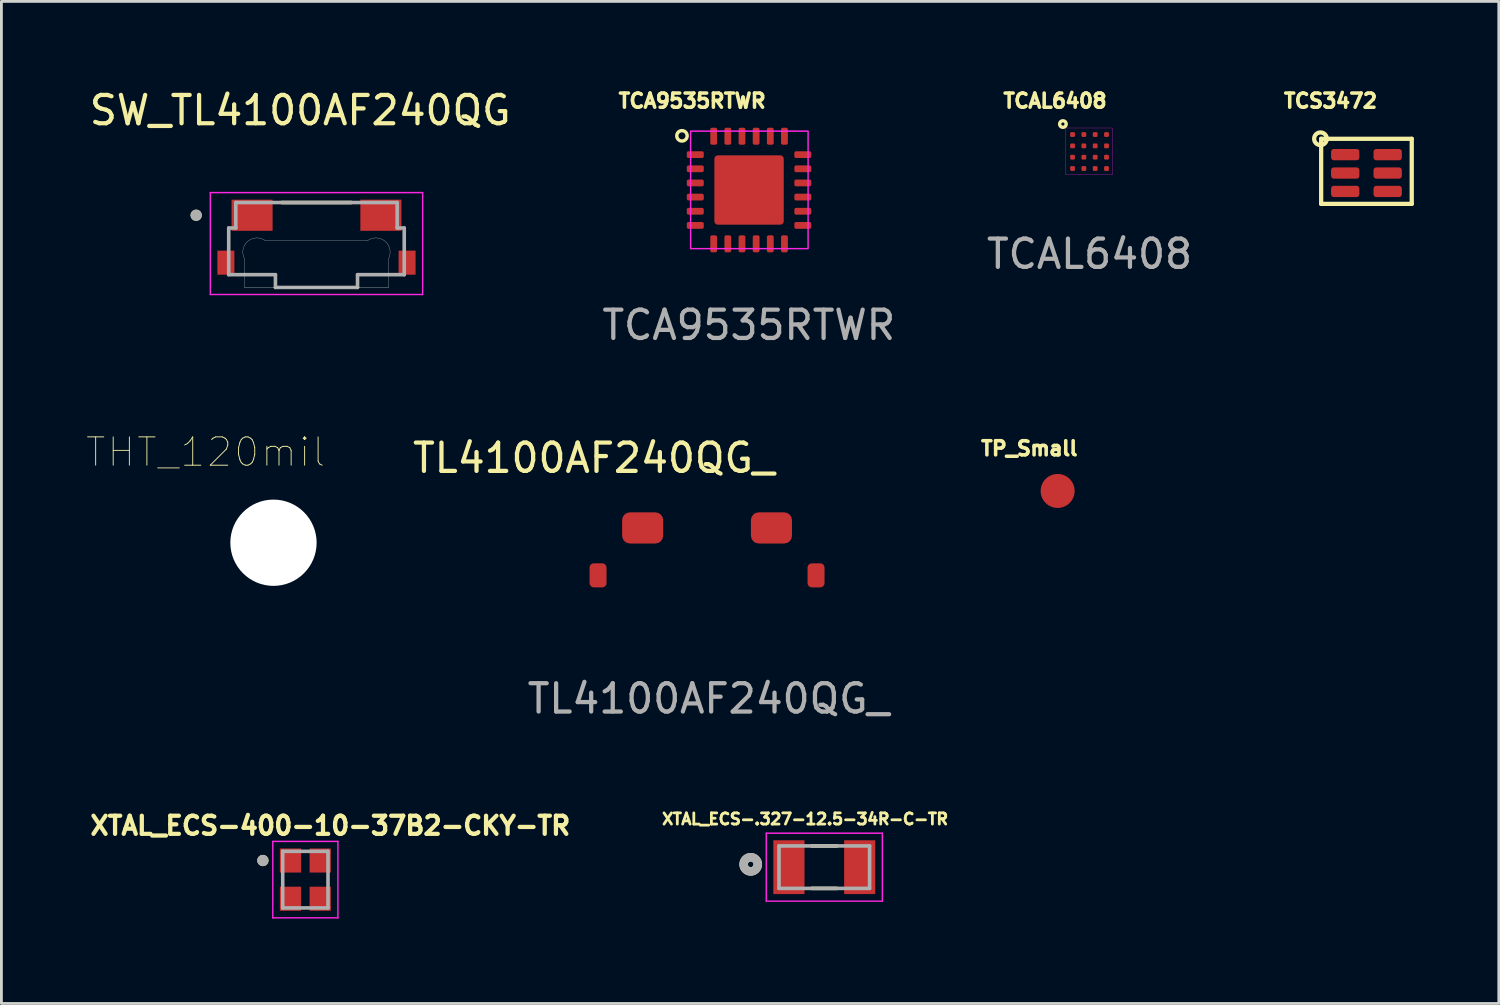
<source format=kicad_pcb>
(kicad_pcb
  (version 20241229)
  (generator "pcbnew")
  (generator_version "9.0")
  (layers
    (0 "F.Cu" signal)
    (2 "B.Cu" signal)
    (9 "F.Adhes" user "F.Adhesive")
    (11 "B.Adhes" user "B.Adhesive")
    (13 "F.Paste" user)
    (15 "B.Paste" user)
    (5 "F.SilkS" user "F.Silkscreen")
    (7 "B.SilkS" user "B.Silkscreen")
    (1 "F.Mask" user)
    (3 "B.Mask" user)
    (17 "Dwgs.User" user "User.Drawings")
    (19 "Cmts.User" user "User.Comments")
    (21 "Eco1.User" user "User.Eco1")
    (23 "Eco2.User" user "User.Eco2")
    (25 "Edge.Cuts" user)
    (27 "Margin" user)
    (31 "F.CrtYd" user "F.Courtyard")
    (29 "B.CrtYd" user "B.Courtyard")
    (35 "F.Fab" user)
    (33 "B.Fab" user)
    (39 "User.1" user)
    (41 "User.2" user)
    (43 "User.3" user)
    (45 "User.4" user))
  (footprint "TP_Small"
    (layer "F.Cu")
    (at 34.309 14.292)
    (property "Reference" "TP_Small" (at -1 -1.5 0) (layer "F.SilkS") (effects (font (size 0.5 0.5) (thickness 0.125))))
    (attr through_hole)
    (pad "1" smd circle (at 0 0) (size 1.2 1.2) (layers "F.Cu" "F.Mask" "F.Paste")))
  (footprint "TCS3472"
    (layer "F.Cu")
    (at 45.217 3.052)
    (property "Reference" "TCS3472" (at -1.27 -2.54 0) (layer "F.SilkS") (effects (font (size 0.5 0.5) (thickness 0.125))))
    (attr through_hole)
    (fp_line (start -1.6 -1.2) (end -1.6 -1.1) (stroke (width 0.15) (type solid)) (layer "F.SilkS"))
    (fp_line (start -1.6 -1.1) (end -1.6 1.1) (stroke (width 0.15) (type solid)) (layer "F.SilkS"))
    (fp_line (start -1.6 1.1) (end 1.6 1.1) (stroke (width 0.15) (type solid)) (layer "F.SilkS"))
    (fp_line (start 1.6 -1.2) (end -1.6 -1.2) (stroke (width 0.15) (type solid)) (layer "F.SilkS"))
    (fp_line (start 1.6 1.1) (end 1.6 -1.2) (stroke (width 0.15) (type solid)) (layer "F.SilkS"))
    (fp_circle (center -1.624 -1.2) (end -1.824 -1.3) (stroke (width 0.15) (type solid)) (fill no) (layer "F.SilkS"))
    (pad "1" smd roundrect (at -0.75 -0.64) (size 1 0.4) (layers "F.Cu" "F.Mask" "F.Paste") (roundrect_rratio 0.25))
    (pad "2" smd roundrect (at -0.75 0.01) (size 1 0.4) (layers "F.Cu" "F.Mask" "F.Paste") (roundrect_rratio 0.25))
    (pad "3" smd roundrect (at -0.75 0.66) (size 1 0.4) (layers "F.Cu" "F.Mask" "F.Paste") (roundrect_rratio 0.25))
    (pad "4" smd roundrect (at 0.75 0.66) (size 1 0.4) (layers "F.Cu" "F.Mask" "F.Paste") (roundrect_rratio 0.25))
    (pad "5" smd roundrect (at 0.75 0.01) (size 1 0.4) (layers "F.Cu" "F.Mask" "F.Paste") (roundrect_rratio 0.25))
    (pad "6" smd roundrect (at 0.75 -0.64) (size 1 0.4) (layers "F.Cu" "F.Mask" "F.Paste") (roundrect_rratio 0.25)))
  (footprint "TL4100AF240QG_"
    (layer "F.Cu")
    (at 21.925 15.598)
    (property "Reference" "TL4100AF240QG_" (at -4 -2.47 0) (unlocked yes) (layer "F.SilkS") (effects (font (size 1 1) (thickness 0.15))))
    (attr smd)
    (fp_text user "${REFERENCE}" (at 0.05 6.03 0) (unlocked yes) (layer "F.Fab") (effects (font (size 1 1) (thickness 0.15))))
    (pad "1" smd roundrect (at -2.275 0 180) (size 1.45 1.1) (layers "F.Cu" "F.Mask" "F.Paste") (roundrect_rratio 0.25))
    (pad "2" smd roundrect (at 2.275 0 180) (size 1.45 1.1) (layers "F.Cu" "F.Mask" "F.Paste") (roundrect_rratio 0.25))
    (pad "3" smd roundrect (at -3.85 1.675 180) (size 0.6 0.85) (layers "F.Cu" "F.Mask" "F.Paste") (roundrect_rratio 0.25))
    (pad "4" smd roundrect (at 3.85 1.675 180) (size 0.6 0.85) (layers "F.Cu" "F.Mask" "F.Paste") (roundrect_rratio 0.25)))
  (footprint "XTAL_ECS-400-10-37B2-CKY-TR"
    (layer "F.Cu")
    (at 7.736 28.021)
    (property "Reference" "XTAL_ECS-400-10-37B2-CKY-TR" (at 0.882 -1.906 0) (layer "F.SilkS") (effects (font (size 0.64 0.64) (thickness 0.15))))
    (attr smd)
    (fp_circle (center -1.5 -0.675) (end -1.4 -0.675) (stroke (width 0.2) (type solid)) (fill no) (layer "F.SilkS"))
    (fp_line (start -1.15 -1.35) (end -1.15 1.35) (stroke (width 0.05) (type solid)) (layer "F.CrtYd"))
    (fp_line (start -1.15 1.35) (end 1.15 1.35) (stroke (width 0.05) (type solid)) (layer "F.CrtYd"))
    (fp_line (start 1.15 -1.35) (end -1.15 -1.35) (stroke (width 0.05) (type solid)) (layer "F.CrtYd"))
    (fp_line (start 1.15 1.35) (end 1.15 -1.35) (stroke (width 0.05) (type solid)) (layer "F.CrtYd"))
    (fp_line (start -0.8 -1) (end 0.8 -1) (stroke (width 0.127) (type solid)) (layer "F.Fab"))
    (fp_line (start -0.8 1) (end -0.8 -1) (stroke (width 0.127) (type solid)) (layer "F.Fab"))
    (fp_line (start 0.8 -1) (end 0.8 1) (stroke (width 0.127) (type solid)) (layer "F.Fab"))
    (fp_line (start 0.8 1) (end -0.8 1) (stroke (width 0.127) (type solid)) (layer "F.Fab"))
    (fp_circle (center -1.5 -0.675) (end -1.4 -0.675) (stroke (width 0.2) (type solid)) (fill no) (layer "F.Fab"))
    (pad "1" smd rect (at -0.525 -0.675) (size 0.75 0.85) (layers "F.Cu" "F.Mask" "F.Paste"))
    (pad "2" smd rect (at -0.525 0.675) (size 0.75 0.85) (layers "F.Cu" "F.Mask" "F.Paste"))
    (pad "3" smd rect (at 0.525 0.675) (size 0.75 0.85) (layers "F.Cu" "F.Mask" "F.Paste"))
    (pad "4" smd rect (at 0.525 -0.675) (size 0.75 0.85) (layers "F.Cu" "F.Mask" "F.Paste")))
  (footprint "TCAL6408"
    (layer "F.Cu")
    (at 35.445 2.302)
    (property "Reference" "TCAL6408" (at -1.23 -1.79 0) (unlocked yes) (layer "F.SilkS") (effects (font (size 0.5 0.5) (thickness 0.125))))
    (attr smd)
    (fp_circle (center -0.95 -0.97) (end -0.85 -1.03) (stroke (width 0.12) (type solid)) (fill no) (layer "F.SilkS"))
    (fp_rect (start -0.85 -0.83) (end 0.8 0.82) (stroke (width 0.01) (type solid)) (fill no) (layer "F.CrtYd"))
    (fp_text user "${REFERENCE}" (at -0.01 3.62 0) (unlocked yes) (layer "F.Fab") (effects (font (size 1 1) (thickness 0.15))))
    (pad "A1" smd roundrect (at -0.61 -0.6) (size 0.17 0.17) (layers "F.Cu" "F.Mask" "F.Paste") (roundrect_rratio 0.25))
    (pad "A2" smd roundrect (at -0.21 -0.6) (size 0.17 0.17) (layers "F.Cu" "F.Mask" "F.Paste") (roundrect_rratio 0.25))
    (pad "A3" smd roundrect (at 0.19 -0.6) (size 0.17 0.17) (layers "F.Cu" "F.Mask" "F.Paste") (roundrect_rratio 0.25))
    (pad "A4" smd roundrect (at 0.59 -0.6) (size 0.17 0.17) (layers "F.Cu" "F.Mask" "F.Paste") (roundrect_rratio 0.25))
    (pad "B1" smd roundrect (at -0.61 -0.2) (size 0.17 0.17) (layers "F.Cu" "F.Mask" "F.Paste") (roundrect_rratio 0.25))
    (pad "B2" smd roundrect (at -0.21 -0.2) (size 0.17 0.17) (layers "F.Cu" "F.Mask" "F.Paste") (roundrect_rratio 0.25))
    (pad "B3" smd roundrect (at 0.19 -0.2) (size 0.17 0.17) (layers "F.Cu" "F.Mask" "F.Paste") (roundrect_rratio 0.25))
    (pad "B4" smd roundrect (at 0.59 -0.2) (size 0.17 0.17) (layers "F.Cu" "F.Mask" "F.Paste") (roundrect_rratio 0.25))
    (pad "C1" smd roundrect (at -0.61 0.2) (size 0.17 0.17) (layers "F.Cu" "F.Mask" "F.Paste") (roundrect_rratio 0.25))
    (pad "C2" smd roundrect (at -0.21 0.2) (size 0.17 0.17) (layers "F.Cu" "F.Mask" "F.Paste") (roundrect_rratio 0.25))
    (pad "C3" smd roundrect (at 0.19 0.2) (size 0.17 0.17) (layers "F.Cu" "F.Mask" "F.Paste") (roundrect_rratio 0.25))
    (pad "C4" smd roundrect (at 0.59 0.2) (size 0.17 0.17) (layers "F.Cu" "F.Mask" "F.Paste") (roundrect_rratio 0.25))
    (pad "D1" smd roundrect (at -0.61 0.6) (size 0.17 0.17) (layers "F.Cu" "F.Mask" "F.Paste") (roundrect_rratio 0.25))
    (pad "D2" smd roundrect (at -0.21 0.6) (size 0.17 0.17) (layers "F.Cu" "F.Mask" "F.Paste") (roundrect_rratio 0.25))
    (pad "D3" smd roundrect (at 0.19 0.6) (size 0.17 0.17) (layers "F.Cu" "F.Mask" "F.Paste") (roundrect_rratio 0.25))
    (pad "D4" smd roundrect (at 0.59 0.6) (size 0.17 0.17) (layers "F.Cu" "F.Mask" "F.Paste") (roundrect_rratio 0.25)))
  (footprint "SW_TL4100AF240QG"
    (layer "F.Cu")
    (at 8.129 5.603)
    (property "Reference" "SW_TL4100AF240QG" (at -0.575 -4.755 0) (layer "F.SilkS") (effects (font (size 1 1) (thickness 0.15))))
    (attr smd)
    (fp_line (start -1.23 -1.5) (end 1.23 -1.5) (stroke (width 0.127) (type solid)) (layer "F.SilkS"))
    (fp_circle (center -4.25 -1.05) (end -4.15 -1.05) (stroke (width 0.2) (type solid)) (fill no) (layer "F.SilkS"))
    (fp_line (start -2.55 0.475) (end -2.55 1.5) (stroke (width 0.01) (type solid)) (layer "Edge.Cuts"))
    (fp_line (start -2.55 1.5) (end 2.55 1.5) (stroke (width 0.01) (type solid)) (layer "Edge.Cuts"))
    (fp_line (start 1.8 -0.15) (end -1.8 -0.15) (stroke (width 0.01) (type solid)) (layer "Edge.Cuts"))
    (fp_line (start 2.55 1.5) (end 2.55 0.475) (stroke (width 0.01) (type solid)) (layer "Edge.Cuts"))
    (fp_arc (start -2.55 0.475) (mid -2.421354 -0.133126) (end -1.799999 -0.149999) (stroke (width 0.01) (type solid)) (layer "Edge.Cuts"))
    (fp_arc (start 1.8 -0.15) (mid 2.421355 -0.133125) (end 2.549999 0.475001) (stroke (width 0.01) (type solid)) (layer "Edge.Cuts"))
    (fp_line (start -3.75 -1.85) (end -3.75 1.75) (stroke (width 0.05) (type solid)) (layer "F.CrtYd"))
    (fp_line (start -3.75 1.75) (end 3.75 1.75) (stroke (width 0.05) (type solid)) (layer "F.CrtYd"))
    (fp_line (start 3.75 -1.85) (end -3.75 -1.85) (stroke (width 0.05) (type solid)) (layer "F.CrtYd"))
    (fp_line (start 3.75 1.75) (end 3.75 -1.85) (stroke (width 0.05) (type solid)) (layer "F.CrtYd"))
    (fp_line (start -3.1 -0.6) (end -2.85 -0.6) (stroke (width 0.127) (type solid)) (layer "F.Fab"))
    (fp_line (start -3.1 1.05) (end -3.1 -0.6) (stroke (width 0.127) (type solid)) (layer "F.Fab"))
    (fp_line (start -2.85 -1.5) (end 2.85 -1.5) (stroke (width 0.127) (type solid)) (layer "F.Fab"))
    (fp_line (start -2.85 -0.6) (end -2.85 -1.5) (stroke (width 0.127) (type solid)) (layer "F.Fab"))
    (fp_line (start -1.45 1.05) (end -3.1 1.05) (stroke (width 0.127) (type solid)) (layer "F.Fab"))
    (fp_line (start -1.45 1.5) (end -1.45 1.05) (stroke (width 0.127) (type solid)) (layer "F.Fab"))
    (fp_line (start 1.45 1.05) (end 1.45 1.5) (stroke (width 0.127) (type solid)) (layer "F.Fab"))
    (fp_line (start 1.45 1.5) (end -1.45 1.5) (stroke (width 0.127) (type solid)) (layer "F.Fab"))
    (fp_line (start 2.85 -1.5) (end 2.85 -0.6) (stroke (width 0.127) (type solid)) (layer "F.Fab"))
    (fp_line (start 2.85 -0.6) (end 3.1 -0.6) (stroke (width 0.127) (type solid)) (layer "F.Fab"))
    (fp_line (start 3.1 -0.6) (end 3.1 1.05) (stroke (width 0.127) (type solid)) (layer "F.Fab"))
    (fp_line (start 3.1 1.05) (end 1.45 1.05) (stroke (width 0.127) (type solid)) (layer "F.Fab"))
    (fp_circle (center -4.25 -1.05) (end -4.15 -1.05) (stroke (width 0.2) (type solid)) (fill no) (layer "F.Fab"))
    (pad "1" smd rect (at -2.275 -1.05) (size 1.45 1.1) (layers "F.Cu" "F.Mask" "F.Paste"))
    (pad "2" smd rect (at 2.275 -1.05) (size 1.45 1.1) (layers "F.Cu" "F.Mask" "F.Paste"))
    (pad "SH1" smd rect (at -3.2 0.625) (size 0.6 0.85) (layers "F.Cu" "F.Mask" "F.Paste"))
    (pad "SH2" smd rect (at 3.2 0.625) (size 0.6 0.85) (layers "F.Cu" "F.Mask" "F.Paste")))
  (footprint "XTAL_ECS-.327-12.5-34R-C-TR"
    (layer "F.Cu")
    (at 26.067 27.581)
    (property "Reference" "XTAL_ECS-.327-12.5-34R-C-TR" (at -0.678 -1.7 0) (layer "F.SilkS") (effects (font (size 0.395 0.395) (thickness 0.15))))
    (attr smd)
    (fp_line (start -0.44 -0.75) (end 0.44 -0.75) (stroke (width 0.127) (type solid)) (layer "F.SilkS"))
    (fp_line (start -0.44 0.75) (end 0.44 0.75) (stroke (width 0.127) (type solid)) (layer "F.SilkS"))
    (fp_circle (center -2.6 -0.1) (end -2.5 -0.1) (stroke (width 0.3) (type solid)) (fill no) (layer "F.SilkS"))
    (fp_line (start -2.05 -1.2) (end 2.05 -1.2) (stroke (width 0.05) (type solid)) (layer "F.CrtYd"))
    (fp_line (start -2.05 1.2) (end -2.05 -1.2) (stroke (width 0.05) (type solid)) (layer "F.CrtYd"))
    (fp_line (start 2.05 -1.2) (end 2.05 1.2) (stroke (width 0.05) (type solid)) (layer "F.CrtYd"))
    (fp_line (start 2.05 1.2) (end -2.05 1.2) (stroke (width 0.05) (type solid)) (layer "F.CrtYd"))
    (fp_line (start -1.6 -0.75) (end -1.6 0.75) (stroke (width 0.127) (type solid)) (layer "F.Fab"))
    (fp_line (start -1.6 0.75) (end 1.6 0.75) (stroke (width 0.127) (type solid)) (layer "F.Fab"))
    (fp_line (start 1.6 -0.75) (end -1.6 -0.75) (stroke (width 0.127) (type solid)) (layer "F.Fab"))
    (fp_line (start 1.6 0.75) (end 1.6 -0.75) (stroke (width 0.127) (type solid)) (layer "F.Fab"))
    (fp_circle (center -2.6 -0.1) (end -2.5 -0.1) (stroke (width 0.3) (type solid)) (fill no) (layer "F.Fab"))
    (pad "1" smd rect (at -1.25 0 180) (size 1.1 1.9) (layers "F.Cu" "F.Mask" "F.Paste"))
    (pad "2" smd rect (at 1.25 0 180) (size 1.1 1.9) (layers "F.Cu" "F.Mask" "F.Paste")))
  (footprint "TCA9535RTWR"
    (layer "F.Cu")
    (at 23.409 3.662)
    (property "Reference" "TCA9535RTWR" (at -2.01 -3.15 0) (unlocked yes) (layer "F.SilkS") (effects (font (size 0.5 0.5) (thickness 0.125))))
    (attr smd)
    (fp_circle (center -2.37 -1.914) (end -2.2 -1.844) (stroke (width 0.12) (type solid)) (fill no) (layer "F.SilkS"))
    (fp_rect (start -2.065 -2.08) (end 2.085 2.07) (stroke (width 0.05) (type solid)) (fill no) (layer "F.CrtYd"))
    (fp_text user "${REFERENCE}" (at -0.01 4.77 0) (unlocked yes) (layer "F.Fab") (effects (font (size 1 1) (thickness 0.15))))
    (pad "1" smd roundrect (at -1.9 -1.25) (size 0.6 0.24) (layers "F.Cu" "F.Mask" "F.Paste") (roundrect_rratio 0.25))
    (pad "2" smd roundrect (at -1.9 -0.75) (size 0.6 0.24) (layers "F.Cu" "F.Mask" "F.Paste") (roundrect_rratio 0.25))
    (pad "3" smd roundrect (at -1.9 -0.25) (size 0.6 0.24) (layers "F.Cu" "F.Mask" "F.Paste") (roundrect_rratio 0.25))
    (pad "4" smd roundrect (at -1.9 0.25) (size 0.6 0.24) (layers "F.Cu" "F.Mask" "F.Paste") (roundrect_rratio 0.25))
    (pad "5" smd roundrect (at -1.9 0.75) (size 0.6 0.24) (layers "F.Cu" "F.Mask" "F.Paste") (roundrect_rratio 0.25))
    (pad "6" smd roundrect (at -1.9 1.25) (size 0.6 0.24) (layers "F.Cu" "F.Mask" "F.Paste") (roundrect_rratio 0.25))
    (pad "7" smd roundrect (at -1.25 1.9 90) (size 0.6 0.24) (layers "F.Cu" "F.Mask" "F.Paste") (roundrect_rratio 0.25))
    (pad "8" smd roundrect (at -0.75 1.9 90) (size 0.6 0.24) (layers "F.Cu" "F.Mask" "F.Paste") (roundrect_rratio 0.25))
    (pad "9" smd roundrect (at -0.25 1.9 90) (size 0.6 0.24) (layers "F.Cu" "F.Mask" "F.Paste") (roundrect_rratio 0.25))
    (pad "10" smd roundrect (at 0.25 1.9 90) (size 0.6 0.24) (layers "F.Cu" "F.Mask" "F.Paste") (roundrect_rratio 0.25))
    (pad "11" smd roundrect (at 0.75 1.9 90) (size 0.6 0.24) (layers "F.Cu" "F.Mask" "F.Paste") (roundrect_rratio 0.25))
    (pad "12" smd roundrect (at 1.25 1.9 90) (size 0.6 0.24) (layers "F.Cu" "F.Mask" "F.Paste") (roundrect_rratio 0.25))
    (pad "13" smd roundrect (at 1.9 1.25 180) (size 0.6 0.24) (layers "F.Cu" "F.Mask" "F.Paste") (roundrect_rratio 0.25))
    (pad "14" smd roundrect (at 1.9 0.75 180) (size 0.6 0.24) (layers "F.Cu" "F.Mask" "F.Paste") (roundrect_rratio 0.25))
    (pad "15" smd roundrect (at 1.9 0.25 180) (size 0.6 0.24) (layers "F.Cu" "F.Mask" "F.Paste") (roundrect_rratio 0.25))
    (pad "16" smd roundrect (at 1.9 -0.25 180) (size 0.6 0.24) (layers "F.Cu" "F.Mask" "F.Paste") (roundrect_rratio 0.25))
    (pad "17" smd roundrect (at 1.9 -0.75 180) (size 0.6 0.24) (layers "F.Cu" "F.Mask" "F.Paste") (roundrect_rratio 0.25))
    (pad "18" smd roundrect (at 1.9 -1.25 180) (size 0.6 0.24) (layers "F.Cu" "F.Mask" "F.Paste") (roundrect_rratio 0.25))
    (pad "19" smd roundrect (at 1.25 -1.9 270) (size 0.6 0.24) (layers "F.Cu" "F.Mask" "F.Paste") (roundrect_rratio 0.25))
    (pad "20" smd roundrect (at 0.75 -1.9 270) (size 0.6 0.24) (layers "F.Cu" "F.Mask" "F.Paste") (roundrect_rratio 0.25))
    (pad "21" smd roundrect (at 0.25 -1.9 270) (size 0.6 0.24) (layers "F.Cu" "F.Mask" "F.Paste") (roundrect_rratio 0.25))
    (pad "22" smd roundrect (at -0.25 -1.9 270) (size 0.6 0.24) (layers "F.Cu" "F.Mask" "F.Paste") (roundrect_rratio 0.25))
    (pad "23" smd roundrect (at -0.75 -1.9 270) (size 0.6 0.24) (layers "F.Cu" "F.Mask" "F.Paste") (roundrect_rratio 0.25))
    (pad "24" smd roundrect (at -1.25 -1.9 270) (size 0.6 0.24) (layers "F.Cu" "F.Mask" "F.Paste") (roundrect_rratio 0.25))
    (pad "25" smd roundrect (at 0 0 90) (size 2.45 2.45) (layers "F.Cu" "F.Mask" "F.Paste") (roundrect_rratio 0.05)))
  (footprint "THT_120mil"
    (layer "F.Cu")
    (at 6.61 16.121)
    (property "Reference" "THT_120mil" (at -2.4 -3.2 0) (layer "F.SilkS") (effects (font (size 1 1) (thickness 0.032))))
    (attr through_hole)
    (pad "" np_thru_hole circle (at 0 0) (size 3.048 3.048) (drill 3.048) (layers "*.Cu" "*.Mask")))
  (gr_rect
    (start -3 -3)
    (end 49.892 32.396)
    (stroke (width 0.1) (type default))
    (fill no)
    (layer "Edge.Cuts")))
</source>
